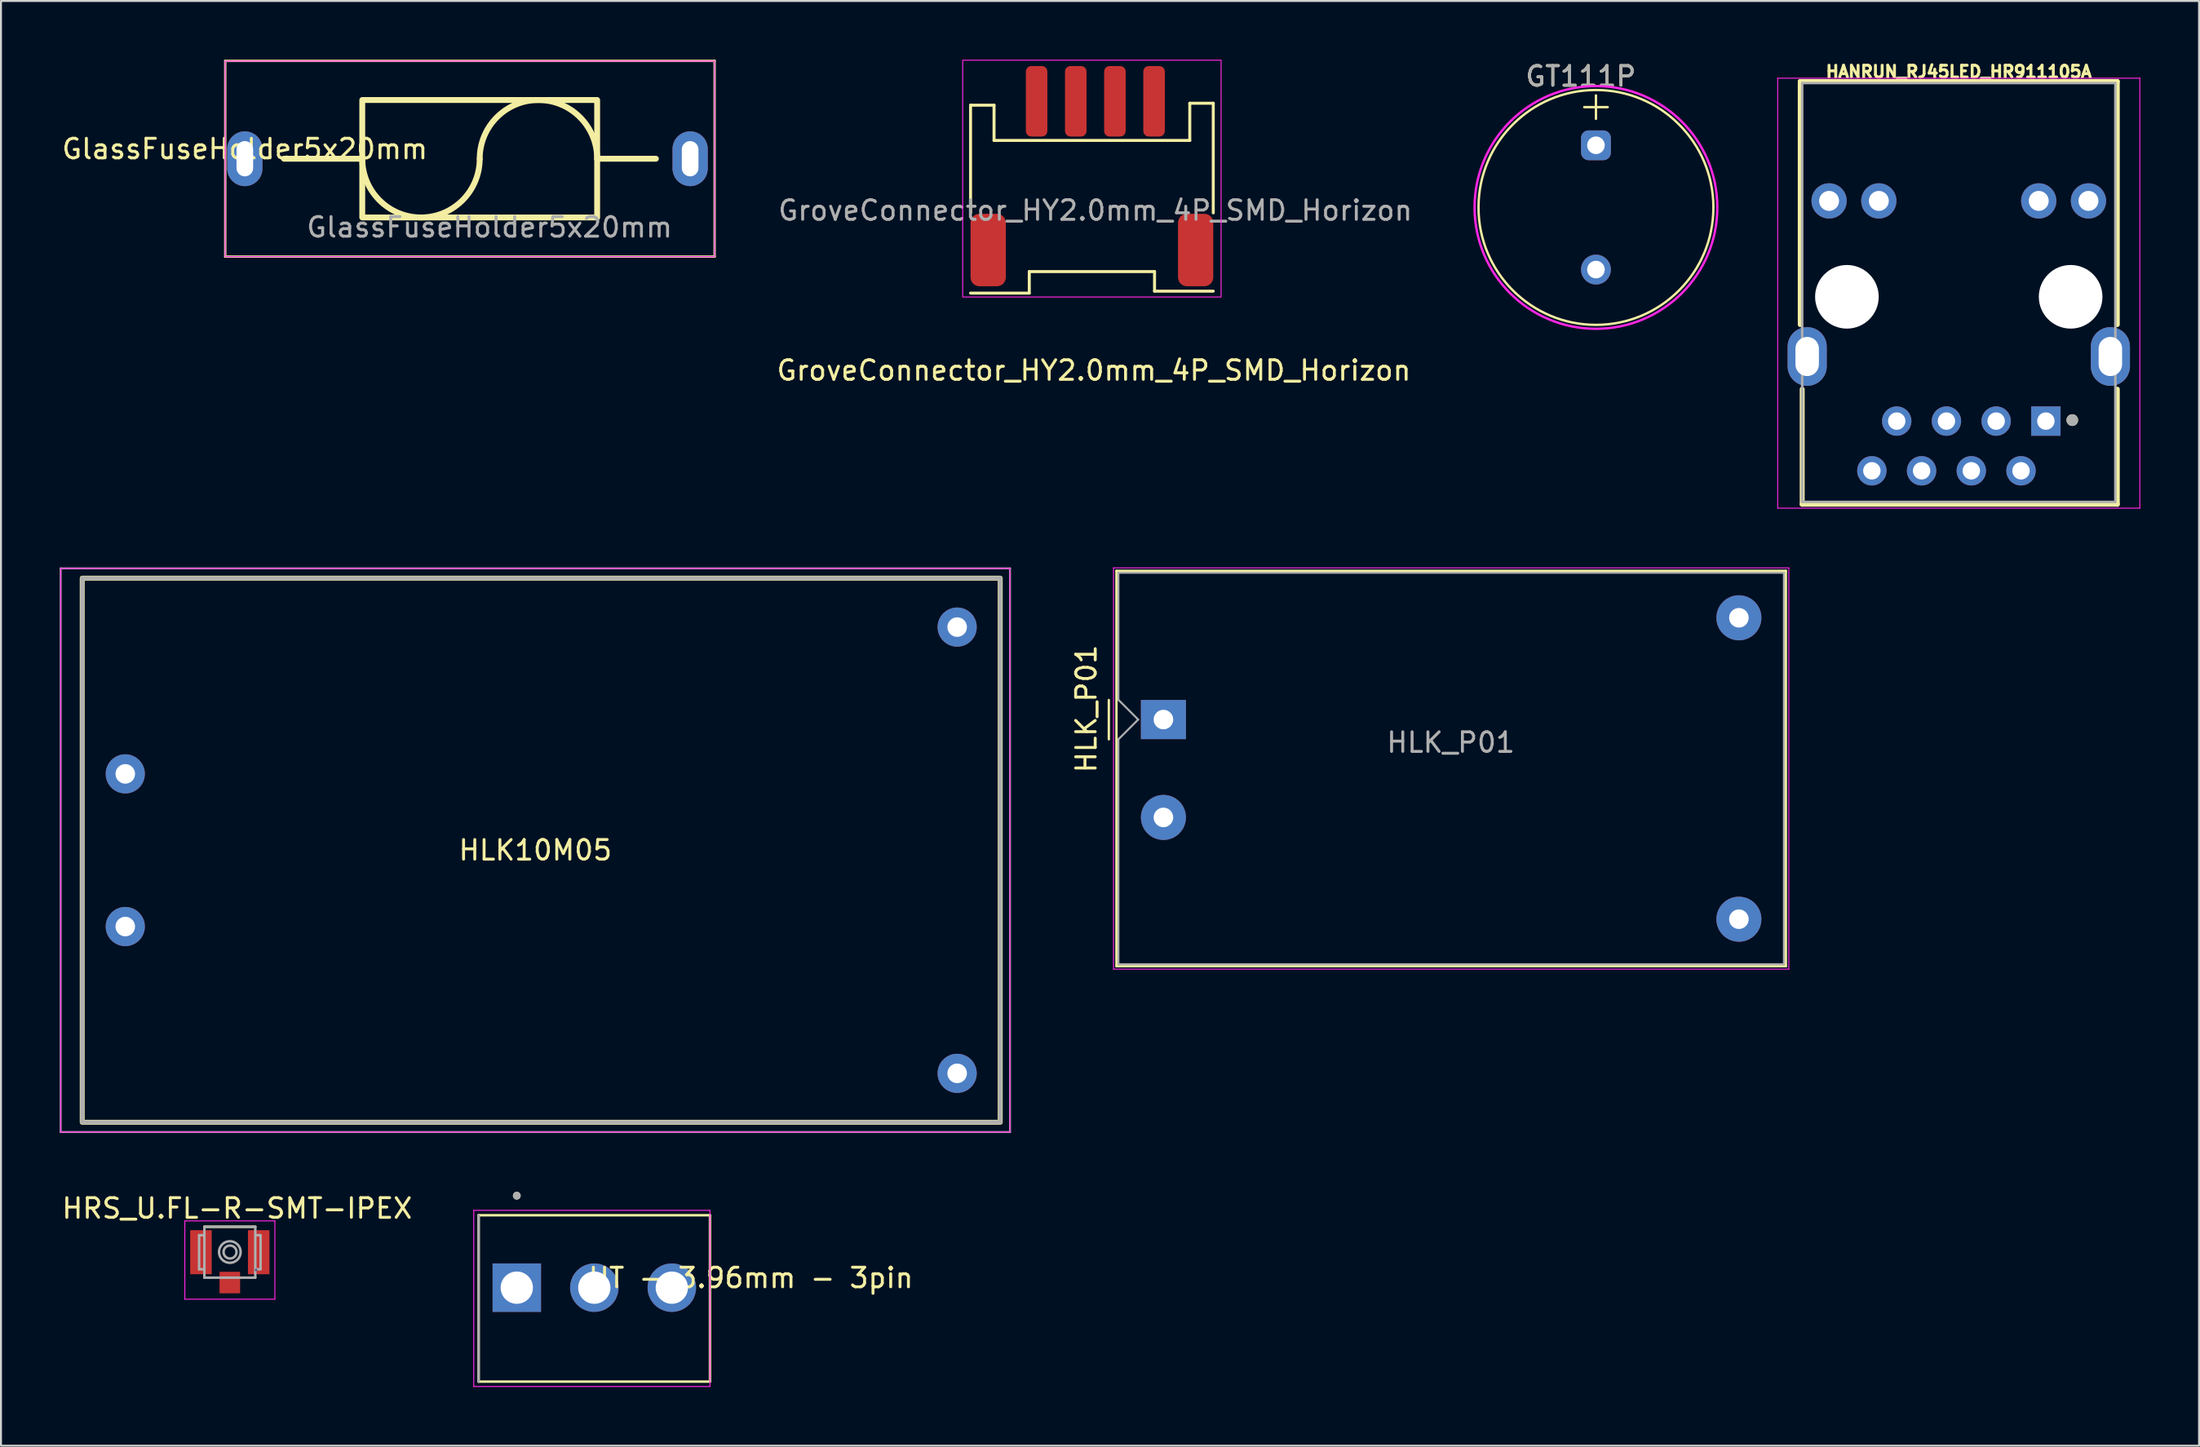
<source format=kicad_pcb>
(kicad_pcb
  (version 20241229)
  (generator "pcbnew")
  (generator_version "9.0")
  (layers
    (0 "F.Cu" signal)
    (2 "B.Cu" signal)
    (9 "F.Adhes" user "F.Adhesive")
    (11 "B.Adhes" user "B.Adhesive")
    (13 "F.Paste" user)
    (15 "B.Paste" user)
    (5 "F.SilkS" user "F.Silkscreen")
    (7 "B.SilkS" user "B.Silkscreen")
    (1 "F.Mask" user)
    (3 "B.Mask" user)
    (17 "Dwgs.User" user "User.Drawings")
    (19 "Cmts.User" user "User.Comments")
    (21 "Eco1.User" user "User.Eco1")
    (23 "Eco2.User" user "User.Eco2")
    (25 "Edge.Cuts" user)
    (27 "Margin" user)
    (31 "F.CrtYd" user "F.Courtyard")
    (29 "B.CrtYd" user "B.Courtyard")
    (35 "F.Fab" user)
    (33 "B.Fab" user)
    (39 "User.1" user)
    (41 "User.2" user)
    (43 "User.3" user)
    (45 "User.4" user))
  (footprint "HRS_U.FL-R-SMT-IPEX"
    (layer "F.Cu")
    (at 8.692 60.928)
    (property "Reference" "HRS_U.FL-R-SMT-IPEX" (at 0.371 -2.24 0) (layer "F.SilkS") (effects (font (size 1.001 1.001) (thickness 0.15))))
    (attr smd)
    (fp_line (start 1.3 -1.3) (end -1.3 -1.3) (stroke (width 0.127) (type solid)) (layer "F.SilkS"))
    (fp_line (start -2.3 -1.6) (end -2.3 2.4) (stroke (width 0.05) (type solid)) (layer "F.CrtYd"))
    (fp_line (start -2.3 2.4) (end 2.3 2.4) (stroke (width 0.05) (type solid)) (layer "F.CrtYd"))
    (fp_line (start 2.3 -1.6) (end -2.3 -1.6) (stroke (width 0.05) (type solid)) (layer "F.CrtYd"))
    (fp_line (start 2.3 2.4) (end 2.3 -1.6) (stroke (width 0.05) (type solid)) (layer "F.CrtYd"))
    (fp_line (start 1.34 0.9) (end 1.34 0.91) (stroke (width 0.127) (type solid)) (layer "B.Fab"))
    (fp_line (start -1.57 -0.87) (end -1.57 0.87) (stroke (width 0.127) (type solid)) (layer "F.Fab"))
    (fp_line (start -1.57 -0.87) (end -1.33 -0.87) (stroke (width 0.127) (type solid)) (layer "F.Fab"))
    (fp_line (start -1.57 0.87) (end -1.3 0.87) (stroke (width 0.127) (type solid)) (layer "F.Fab"))
    (fp_line (start -1.33 -0.87) (end -1.33 -0.88) (stroke (width 0.127) (type solid)) (layer "F.Fab"))
    (fp_line (start -1.3 -1.3) (end 1.3 -1.3) (stroke (width 0.127) (type solid)) (layer "F.Fab"))
    (fp_line (start -1.3 0.87) (end -1.3 -1.3) (stroke (width 0.127) (type solid)) (layer "F.Fab"))
    (fp_line (start -1.3 1.3) (end -1.3 0.87) (stroke (width 0.127) (type solid)) (layer "F.Fab"))
    (fp_line (start -1.3 1.3) (end 1.3 1.3) (stroke (width 0.127) (type solid)) (layer "F.Fab"))
    (fp_line (start 1.3 -1.3) (end 1.3 1.3) (stroke (width 0.127) (type solid)) (layer "F.Fab"))
    (fp_line (start 1.38 -0.87) (end 1.57 -0.87) (stroke (width 0.127) (type solid)) (layer "F.Fab"))
    (fp_line (start 1.57 -0.87) (end 1.57 0.87) (stroke (width 0.127) (type solid)) (layer "F.Fab"))
    (fp_line (start 1.57 0.87) (end 1.34 0.87) (stroke (width 0.127) (type solid)) (layer "F.Fab"))
    (fp_circle (center 0 -0.01) (end 0.552 -0.01) (stroke (width 0.127) (type solid)) (fill no) (layer "F.Fab"))
    (fp_circle (center 0.01 -0.01) (end 0.342 -0.01) (stroke (width 0.127) (type solid)) (fill no) (layer "F.Fab"))
    (pad "1" smd rect (at -1.475 0) (size 1.1 2.25) (layers "F.Cu" "F.Mask" "F.Paste"))
    (pad "2" smd rect (at 1.475 0) (size 1.1 2.25) (layers "F.Cu" "F.Mask" "F.Paste"))
    (pad "3" smd rect (at 0 1.55) (size 1.05 1.1) (layers "F.Cu" "F.Mask" "F.Paste"))
    (zone (net_name "") (layer "F.Cu") (hatch full 0.508) (connect_pads) (min_thickness 0.01) (filled_areas_thickness no) (keepout (tracks not_allowed) (vias not_allowed) (pads not_allowed) (copperpour not_allowed) (footprints allowed)) (placement (enabled no)) (fill) (polygon (pts (xy 7.789 59.778) (xy 9.592 59.778) (xy 9.592 61.891) (xy 7.789 61.891)))))
  (footprint "HLK_P01"
    (layer "F.Cu")
    (at 56.388 33.714)
    (property "Reference" "HLK_P01" (at -3.94 -0.55 90) (layer "F.SilkS") (effects (font (size 1 1) (thickness 0.15))))
    (attr through_hole)
    (fp_line (start -2.79 -1) (end -2.79 1.01) (stroke (width 0.12) (type solid)) (layer "F.SilkS"))
    (fp_line (start -2.4 -7.6) (end -2.4 12.6) (stroke (width 0.12) (type solid)) (layer "F.SilkS"))
    (fp_line (start -2.4 12.6) (end 31.8 12.6) (stroke (width 0.12) (type solid)) (layer "F.SilkS"))
    (fp_line (start 31.8 -7.6) (end -2.4 -7.6) (stroke (width 0.12) (type solid)) (layer "F.SilkS"))
    (fp_line (start 31.8 12.6) (end 31.8 -7.6) (stroke (width 0.12) (type solid)) (layer "F.SilkS"))
    (fp_line (start -2.55 -7.75) (end -2.55 12.75) (stroke (width 0.05) (type solid)) (layer "F.CrtYd"))
    (fp_line (start -2.55 12.75) (end 31.95 12.75) (stroke (width 0.05) (type solid)) (layer "F.CrtYd"))
    (fp_line (start 31.95 -7.75) (end -2.55 -7.75) (stroke (width 0.05) (type solid)) (layer "F.CrtYd"))
    (fp_line (start 31.95 12.75) (end 31.95 -7.75) (stroke (width 0.05) (type solid)) (layer "F.CrtYd"))
    (fp_line (start -2.3 -7.5) (end 31.7 -7.5) (stroke (width 0.1) (type solid)) (layer "F.Fab"))
    (fp_line (start -2.3 -1) (end -2.3 -7.5) (stroke (width 0.1) (type solid)) (layer "F.Fab"))
    (fp_line (start -2.3 12.5) (end -2.3 0.99) (stroke (width 0.1) (type solid)) (layer "F.Fab"))
    (fp_line (start -2.3 12.5) (end 31.7 12.5) (stroke (width 0.1) (type solid)) (layer "F.Fab"))
    (fp_line (start -2.29 -1) (end -1.29 0) (stroke (width 0.1) (type solid)) (layer "F.Fab"))
    (fp_line (start -1.29 0) (end -2.29 1) (stroke (width 0.1) (type solid)) (layer "F.Fab"))
    (fp_line (start 31.7 12.5) (end 31.7 -7.5) (stroke (width 0.1) (type solid)) (layer "F.Fab"))
    (fp_text user "${REFERENCE}" (at 14.68 1.17 0) (layer "F.Fab") (effects (font (size 1 1) (thickness 0.15))))
    (pad "1" thru_hole rect (at 0 0) (size 2.3 2) (drill 1) (layers "*.Cu" "*.Mask"))
    (pad "2" thru_hole circle (at 0 5) (size 2.3 2.3) (drill 1) (layers "*.Cu" "*.Mask"))
    (pad "3" thru_hole circle (at 29.4 -5.2) (size 2.3 2.3) (drill 1) (layers "*.Cu" "*.Mask"))
    (pad "4" thru_hole circle (at 29.4 10.2) (size 2.3 2.3) (drill 1) (layers "*.Cu" "*.Mask")))
  (footprint "GT111P"
    (layer "F.Cu")
    (at 78.485 7.548)
    (property "Reference" "GT111P" (at -0.775 -6.7 0) (unlocked yes) (layer "F.SilkS") (effects (font (size 1 1) (thickness 0.15))))
    (attr through_hole)
    (fp_line (start 0 -5.725) (end 0 -4.525) (stroke (width 0.12) (type solid)) (layer "F.SilkS"))
    (fp_line (start 0.6 -5.125) (end -0.6 -5.125) (stroke (width 0.12) (type solid)) (layer "F.SilkS"))
    (fp_circle (center 0 0) (end 6 0) (stroke (width 0.12) (type solid)) (fill no) (layer "F.SilkS"))
    (fp_circle (center 0 0) (end 6.2 0.1) (stroke (width 0.12) (type solid)) (fill no) (layer "F.CrtYd"))
    (fp_text user "${REFERENCE}" (at -0.775 -6.7 0) (unlocked yes) (layer "F.Fab") (effects (font (size 1 1) (thickness 0.15))))
    (pad "1" thru_hole roundrect (at 0 -3.175) (size 1.524 1.524) (drill 0.9) (layers "*.Cu" "*.Mask") (roundrect_rratio 0.25))
    (pad "2" thru_hole circle (at 0 3.175) (size 1.524 1.524) (drill 0.9) (layers "*.Cu" "*.Mask")))
  (footprint "GroveConnector_HY2.0mm_4P_SMD_Horizon"
    (layer "F.Cu")
    (at 52.909 7.025)
    (property "Reference" "GroveConnector_HY2.0mm_4P_SMD_Horizon" (at -0.075 8.85 0) (unlocked yes) (layer "F.SilkS") (effects (font (size 1 1) (thickness 0.15))))
    (attr smd)
    (fp_line (start -6.375 -4.7) (end -5.175 -4.7) (stroke (width 0.153) (type solid)) (layer "F.SilkS"))
    (fp_line (start -6.375 0.8) (end -6.375 -4.7) (stroke (width 0.153) (type solid)) (layer "F.SilkS"))
    (fp_line (start -6.375 4.9) (end -3.375 4.9) (stroke (width 0.153) (type solid)) (layer "F.SilkS"))
    (fp_line (start -5.175 -4.7) (end -5.175 -2.9) (stroke (width 0.153) (type solid)) (layer "F.SilkS"))
    (fp_line (start -5.175 -2.9) (end 4.825 -2.9) (stroke (width 0.153) (type solid)) (layer "F.SilkS"))
    (fp_line (start -3.375 3.8) (end 3.025 3.8) (stroke (width 0.153) (type solid)) (layer "F.SilkS"))
    (fp_line (start -3.375 4.9) (end -3.375 3.8) (stroke (width 0.153) (type solid)) (layer "F.SilkS"))
    (fp_line (start 3.025 3.8) (end 3.025 4.8) (stroke (width 0.153) (type solid)) (layer "F.SilkS"))
    (fp_line (start 3.025 4.8) (end 6.025 4.8) (stroke (width 0.153) (type solid)) (layer "F.SilkS"))
    (fp_line (start 4.825 -4.8) (end 4.825 -2.9) (stroke (width 0.153) (type solid)) (layer "F.SilkS"))
    (fp_line (start 4.825 -4.8) (end 6.025 -4.8) (stroke (width 0.153) (type solid)) (layer "F.SilkS"))
    (fp_line (start 6.025 0.8) (end 6.025 -4.8) (stroke (width 0.153) (type solid)) (layer "F.SilkS"))
    (fp_rect (start -6.775 -7) (end 6.425 5.1) (stroke (width 0.05) (type solid)) (fill no) (layer "F.CrtYd"))
    (fp_text user "${REFERENCE}" (at 0 0.675 0) (unlocked yes) (layer "F.Fab") (effects (font (size 1 1) (thickness 0.15))))
    (pad "1" smd roundrect (at -3 -4.9 180) (size 1.1 3.6) (layers "F.Cu" "F.Mask" "F.Paste") (roundrect_rratio 0.25))
    (pad "2" smd roundrect (at -1 -4.9 180) (size 1.1 3.6) (layers "F.Cu" "F.Mask" "F.Paste") (roundrect_rratio 0.25))
    (pad "3" smd roundrect (at 1 -4.9 180) (size 1.1 3.6) (layers "F.Cu" "F.Mask" "F.Paste") (roundrect_rratio 0.25))
    (pad "4" smd roundrect (at 3 -4.9 180) (size 1.1 3.6) (layers "F.Cu" "F.Mask" "F.Paste") (roundrect_rratio 0.25))
    (pad "S" smd roundrect (at -5.475 2.7 180) (size 1.8 3.7) (layers "F.Cu" "F.Mask" "F.Paste") (roundrect_rratio 0.25))
    (pad "S" smd roundrect (at 5.125 2.7 180) (size 1.8 3.7) (layers "F.Cu" "F.Mask" "F.Paste") (roundrect_rratio 0.25)))
  (footprint "GlassFuseHolder5x20mm"
    (layer "F.Cu")
    (at 9.458 5.06)
    (property "Reference" "GlassFuseHolder5x20mm" (at 0 -0.5 0) (unlocked yes) (layer "F.SilkS") (effects (font (size 1 1) (thickness 0.15))))
    (attr through_hole)
    (fp_line (start -1 -5) (end -1 5) (stroke (width 0.12) (type solid)) (layer "F.SilkS"))
    (fp_line (start -1 -5) (end 24 -5) (stroke (width 0.12) (type solid)) (layer "F.SilkS"))
    (fp_line (start -1 5) (end 24 5) (stroke (width 0.12) (type solid)) (layer "F.SilkS"))
    (fp_line (start 6 0) (end 2 0) (stroke (width 0.3) (type solid)) (layer "F.SilkS"))
    (fp_line (start 18 0) (end 21 0) (stroke (width 0.3) (type solid)) (layer "F.SilkS"))
    (fp_line (start 24 -5) (end 24 5) (stroke (width 0.12) (type solid)) (layer "F.SilkS"))
    (fp_rect (start 6 -3) (end 18 3) (stroke (width 0.3) (type solid)) (fill no) (layer "F.SilkS"))
    (fp_arc (start 12 0) (mid 9 3) (end 6 0) (stroke (width 0.3) (type solid)) (layer "F.SilkS"))
    (fp_arc (start 12 0) (mid 15 -3) (end 18 0) (stroke (width 0.3) (type solid)) (layer "F.SilkS"))
    (fp_rect (start -1 -4.99) (end 24 5) (stroke (width 0.05) (type solid)) (fill no) (layer "F.CrtYd"))
    (fp_text user "${REFERENCE}" (at 12.5 3.5 0) (unlocked yes) (layer "F.Fab") (effects (font (size 1 1) (thickness 0.15))))
    (pad "1" thru_hole oval (at 0 0) (size 1.8 2.8) (drill oval 0.85 1.8) (layers "*.Cu" "*.Mask"))
    (pad "2" thru_hole oval (at 22.75 0) (size 1.8 2.8) (drill oval 0.85 1.8) (layers "*.Cu" "*.Mask")))
  (footprint "HT - 3.96mm - 3pin"
    (layer "F.Cu")
    (at 31.272 62.739)
    (property "Reference" "HT - 3.96mm - 3pin" (at 4.04 -0.5 0) (unlocked yes) (layer "F.SilkS") (effects (font (size 1 1) (thickness 0.15))))
    (attr through_hole)
    (fp_line (start -9.87 -3.7) (end 1.95 -3.7) (stroke (width 0.127) (type solid)) (layer "F.SilkS"))
    (fp_line (start -9.87 4.8) (end -9.87 -3.7) (stroke (width 0.127) (type solid)) (layer "F.SilkS"))
    (fp_line (start 1.95 -3.7) (end 1.95 4.8) (stroke (width 0.127) (type solid)) (layer "F.SilkS"))
    (fp_line (start 1.95 4.8) (end -9.87 4.8) (stroke (width 0.127) (type solid)) (layer "F.SilkS"))
    (fp_circle (center -7.92 -4.7) (end -7.82 -4.7) (stroke (width 0.2) (type solid)) (fill no) (layer "F.SilkS"))
    (fp_line (start -10.12 -3.95) (end 1.95 -3.95) (stroke (width 0.05) (type solid)) (layer "F.CrtYd"))
    (fp_line (start -10.12 5.05) (end -10.12 -3.95) (stroke (width 0.05) (type solid)) (layer "F.CrtYd"))
    (fp_line (start 1.95 -3.95) (end 1.95 5.05) (stroke (width 0.05) (type solid)) (layer "F.CrtYd"))
    (fp_line (start 1.95 5.05) (end -10.12 5.05) (stroke (width 0.05) (type solid)) (layer "F.CrtYd"))
    (fp_line (start -9.87 4.8) (end -9.87 -3.7) (stroke (width 0.127) (type solid)) (layer "F.Fab"))
    (fp_circle (center -7.92 -4.7) (end -7.82 -4.7) (stroke (width 0.2) (type solid)) (fill no) (layer "F.Fab"))
    (pad "1" thru_hole rect (at -7.92 0) (size 2.475 2.475) (drill 1.65) (layers "*.Cu" "*.Mask"))
    (pad "2" thru_hole circle (at -3.96 0) (size 2.475 2.475) (drill 1.65) (layers "*.Cu" "*.Mask"))
    (pad "3" thru_hole circle (at 0 0) (size 2.475 2.475) (drill 1.65) (layers "*.Cu" "*.Mask")))
  (footprint "HLK10M05"
    (layer "F.Cu")
    (at 24.3 40.389)
    (property "Reference" "HLK10M05" (at 0 0 0) (layer "F.SilkS") (effects (font (size 1 1) (thickness 0.15))))
    (attr through_hole)
    (fp_line (start -23.15 -13.9) (end 23.75 -13.9) (stroke (width 0.1) (type solid)) (layer "F.SilkS"))
    (fp_line (start -23.15 13.9) (end -23.15 -13.9) (stroke (width 0.1) (type solid)) (layer "F.SilkS"))
    (fp_line (start 23.75 -13.9) (end 23.75 13.9) (stroke (width 0.1) (type solid)) (layer "F.SilkS"))
    (fp_line (start 23.75 13.9) (end -23.15 13.9) (stroke (width 0.1) (type solid)) (layer "F.SilkS"))
    (fp_rect (start -23.15 -13.9) (end 23.75 13.9) (stroke (width 0.25) (type default)) (fill no) (layer "F.SilkS"))
    (fp_rect (start -24.25 -14.4) (end 24.25 14.4) (stroke (width 0.05) (type default)) (fill no) (layer "F.CrtYd"))
    (fp_line (start -24.25 -14.4) (end 24.25 -14.4) (stroke (width 0.1) (type solid)) (layer "F.Fab"))
    (fp_line (start -24.25 14.4) (end -24.25 -14.4) (stroke (width 0.1) (type solid)) (layer "F.Fab"))
    (fp_line (start -23.15 -13.9) (end 23.75 -13.9) (stroke (width 0.2) (type solid)) (layer "F.Fab"))
    (fp_line (start -23.15 13.9) (end -23.15 -13.9) (stroke (width 0.2) (type solid)) (layer "F.Fab"))
    (fp_line (start 23.75 -13.9) (end 23.75 13.9) (stroke (width 0.2) (type solid)) (layer "F.Fab"))
    (fp_line (start 23.75 13.9) (end -23.15 13.9) (stroke (width 0.2) (type solid)) (layer "F.Fab"))
    (fp_line (start 24.25 -14.4) (end 24.25 14.4) (stroke (width 0.1) (type solid)) (layer "F.Fab"))
    (fp_line (start 24.25 14.4) (end -24.25 14.4) (stroke (width 0.1) (type solid)) (layer "F.Fab"))
    (pad "1" thru_hole circle (at -20.95 -3.9) (size 2 2) (drill 1) (layers "*.Cu" "*.Mask"))
    (pad "2" thru_hole circle (at -20.95 3.9) (size 2 2) (drill 1) (layers "*.Cu" "*.Mask"))
    (pad "3" thru_hole circle (at 21.55 -11.4) (size 2 2) (drill 1) (layers "*.Cu" "*.Mask"))
    (pad "4" thru_hole circle (at 21.55 11.4) (size 2 2) (drill 1) (layers "*.Cu" "*.Mask")))
  (footprint "HANRUN_RJ45LED_HR911105A"
    (layer "F.Cu")
    (at 97.021 12.114)
    (property "Reference" "HANRUN_RJ45LED_HR911105A" (at 0 -11.5 0) (layer "F.SilkS") (effects (font (size 0.6 0.6) (thickness 0.15) (bold yes))))
    (attr through_hole)
    (fp_line (start -8.1 -11) (end -8.1 1.42) (stroke (width 0.25) (type solid)) (layer "F.SilkS"))
    (fp_line (start -8 4.72) (end -8 10.6) (stroke (width 0.25) (type solid)) (layer "F.SilkS"))
    (fp_line (start 8.1 -11) (end -8.1 -11) (stroke (width 0.25) (type solid)) (layer "F.SilkS"))
    (fp_line (start 8.1 -11) (end 8.1 1.42) (stroke (width 0.25) (type solid)) (layer "F.SilkS"))
    (fp_line (start 8.1 4.72) (end 8.1 10.6) (stroke (width 0.25) (type solid)) (layer "F.SilkS"))
    (fp_line (start 8.1 10.6) (end -8 10.6) (stroke (width 0.25) (type solid)) (layer "F.SilkS"))
    (fp_circle (center 5.8 6.3) (end 5.95 6.3) (stroke (width 0.3) (type solid)) (fill no) (layer "F.SilkS"))
    (fp_line (start -9.25 -11.17) (end -9.25 10.8) (stroke (width 0.05) (type solid)) (layer "F.CrtYd"))
    (fp_line (start -9.25 10.8) (end 9.25 10.8) (stroke (width 0.05) (type solid)) (layer "F.CrtYd"))
    (fp_line (start 9.25 -11.17) (end -9.25 -11.17) (stroke (width 0.05) (type solid)) (layer "F.CrtYd"))
    (fp_line (start 9.25 10.8) (end 9.25 -11.17) (stroke (width 0.05) (type solid)) (layer "F.CrtYd"))
    (fp_line (start -8 -10.92) (end -8 10.48) (stroke (width 0.127) (type solid)) (layer "F.Fab"))
    (fp_line (start -8 10.48) (end 8 10.48) (stroke (width 0.127) (type solid)) (layer "F.Fab"))
    (fp_line (start 8 -10.92) (end -8 -10.92) (stroke (width 0.127) (type solid)) (layer "F.Fab"))
    (fp_line (start 8 10.48) (end 8 -10.92) (stroke (width 0.127) (type solid)) (layer "F.Fab"))
    (fp_circle (center 5.8 6.3) (end 5.95 6.3) (stroke (width 0.3) (type solid)) (fill no) (layer "F.Fab"))
    (pad "" np_thru_hole circle (at -5.715 0) (size 3.25 3.25) (drill 3.25) (layers "*.Cu" "*.Mask"))
    (pad "" np_thru_hole circle (at 5.715 0) (size 3.25 3.25) (drill 3.25) (layers "*.Cu" "*.Mask"))
    (pad "1" thru_hole rect (at 4.45 6.35) (size 1.5 1.5) (drill 0.89) (layers "*.Cu" "*.Mask"))
    (pad "2" thru_hole circle (at 3.18 8.89) (size 1.5 1.5) (drill 0.89) (layers "*.Cu" "*.Mask"))
    (pad "3" thru_hole circle (at 1.91 6.35) (size 1.5 1.5) (drill 0.89) (layers "*.Cu" "*.Mask"))
    (pad "4" thru_hole circle (at 0.64 8.89) (size 1.5 1.5) (drill 0.89) (layers "*.Cu" "*.Mask"))
    (pad "5" thru_hole circle (at -0.63 6.35) (size 1.5 1.5) (drill 0.89) (layers "*.Cu" "*.Mask"))
    (pad "6" thru_hole circle (at -1.9 8.89) (size 1.5 1.5) (drill 0.89) (layers "*.Cu" "*.Mask"))
    (pad "7" thru_hole circle (at -3.17 6.35) (size 1.5 1.5) (drill 0.89) (layers "*.Cu" "*.Mask"))
    (pad "8" thru_hole circle (at -4.44 8.89) (size 1.5 1.5) (drill 0.89) (layers "*.Cu" "*.Mask"))
    (pad "9" thru_hole circle (at 6.625 -4.9) (size 1.8 1.8) (drill 1.02) (layers "*.Cu" "*.Mask"))
    (pad "10" thru_hole circle (at 4.085 -4.9) (size 1.8 1.8) (drill 1.02) (layers "*.Cu" "*.Mask"))
    (pad "11" thru_hole circle (at -4.085 -4.9) (size 1.8 1.8) (drill 1.02) (layers "*.Cu" "*.Mask"))
    (pad "12" thru_hole circle (at -6.625 -4.9) (size 1.8 1.8) (drill 1.02) (layers "*.Cu" "*.Mask"))
    (pad "SH" thru_hole oval (at -7.745 3.05) (size 2 3) (drill oval 1.2 2) (layers "*.Cu" "*.Mask"))
    (pad "SH" thru_hole oval (at 7.745 3.05) (size 2 3) (drill oval 1.2 2) (layers "*.Cu" "*.Mask")))
  (gr_rect
    (start -3 -3)
    (end 109.296 70.814)
    (stroke (width 0.1) (type default))
    (fill no)
    (layer "Edge.Cuts")))
</source>
